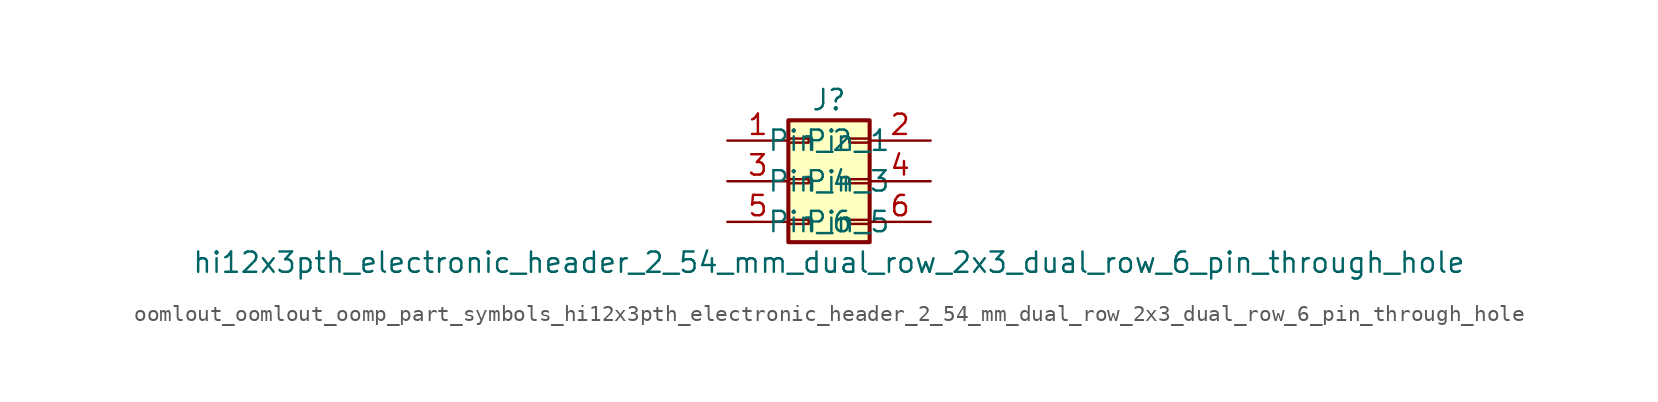
<source format=kicad_sym>
(kicad_symbol_lib
  (version 20220914)
  (generator kicad_symbol_editor)
  (symbol "oomlout_oomlout_oomp_part_symbols_hi12x3pth_electronic_header_2_54_mm_dual_row_2x3_dual_row_6_pin_through_hole"
    (pin_names
      (offset 1.016))
    (property "Reference" "J"
      (at 1.27 5.08 0)
      (effects (font (size 1.27 1.27))))
    (property "Value" "hi12x3pth_electronic_header_2_54_mm_dual_row_2x3_dual_row_6_pin_through_hole"
      (at 1.27 -5.08 0)
      (effects (font (size 1.27 1.27))))
    (symbol "oomlout_oomlout_oomp_part_symbols_hi12x3pth_electronic_header_2_54_mm_dual_row_2x3_dual_row_6_pin_through_hole_1_1"
      (rectangle (start -1.27 -2.413) (end 0 -2.667) (stroke (width 0.152) (type default)) (fill (type none)))
      (rectangle (start -1.27 0.127) (end 0 -0.127) (stroke (width 0.152) (type default)) (fill (type none)))
      (rectangle (start -1.27 2.667) (end 0 2.413) (stroke (width 0.152) (type default)) (fill (type none)))
      (rectangle (start -1.27 3.81) (end 3.81 -3.81) (stroke (width 0.254) (type default)) (fill (type background)))
      (rectangle (start 3.81 -2.413) (end 2.54 -2.667) (stroke (width 0.152) (type default)) (fill (type none)))
      (rectangle (start 3.81 0.127) (end 2.54 -0.127) (stroke (width 0.152) (type default)) (fill (type none)))
      (rectangle (start 3.81 2.667) (end 2.54 2.413) (stroke (width 0.152) (type default)) (fill (type none)))
      (pin passive line (at -5.08 2.54 0) (length 3.81) (name "Pin_1" (effects (font (size 1.27 1.27)))) (number "1" (effects (font (size 1.27 1.27)))))
      (pin passive line (at 7.62 2.54 180) (length 3.81) (name "Pin_2" (effects (font (size 1.27 1.27)))) (number "2" (effects (font (size 1.27 1.27)))))
      (pin passive line (at -5.08 0 0) (length 3.81) (name "Pin_3" (effects (font (size 1.27 1.27)))) (number "3" (effects (font (size 1.27 1.27)))))
      (pin passive line (at 7.62 0 180) (length 3.81) (name "Pin_4" (effects (font (size 1.27 1.27)))) (number "4" (effects (font (size 1.27 1.27)))))
      (pin passive line (at -5.08 -2.54 0) (length 3.81) (name "Pin_5" (effects (font (size 1.27 1.27)))) (number "5" (effects (font (size 1.27 1.27)))))
      (pin passive line (at 7.62 -2.54 180) (length 3.81) (name "Pin_6" (effects (font (size 1.27 1.27)))) (number "6" (effects (font (size 1.27 1.27))))))))
</source>
